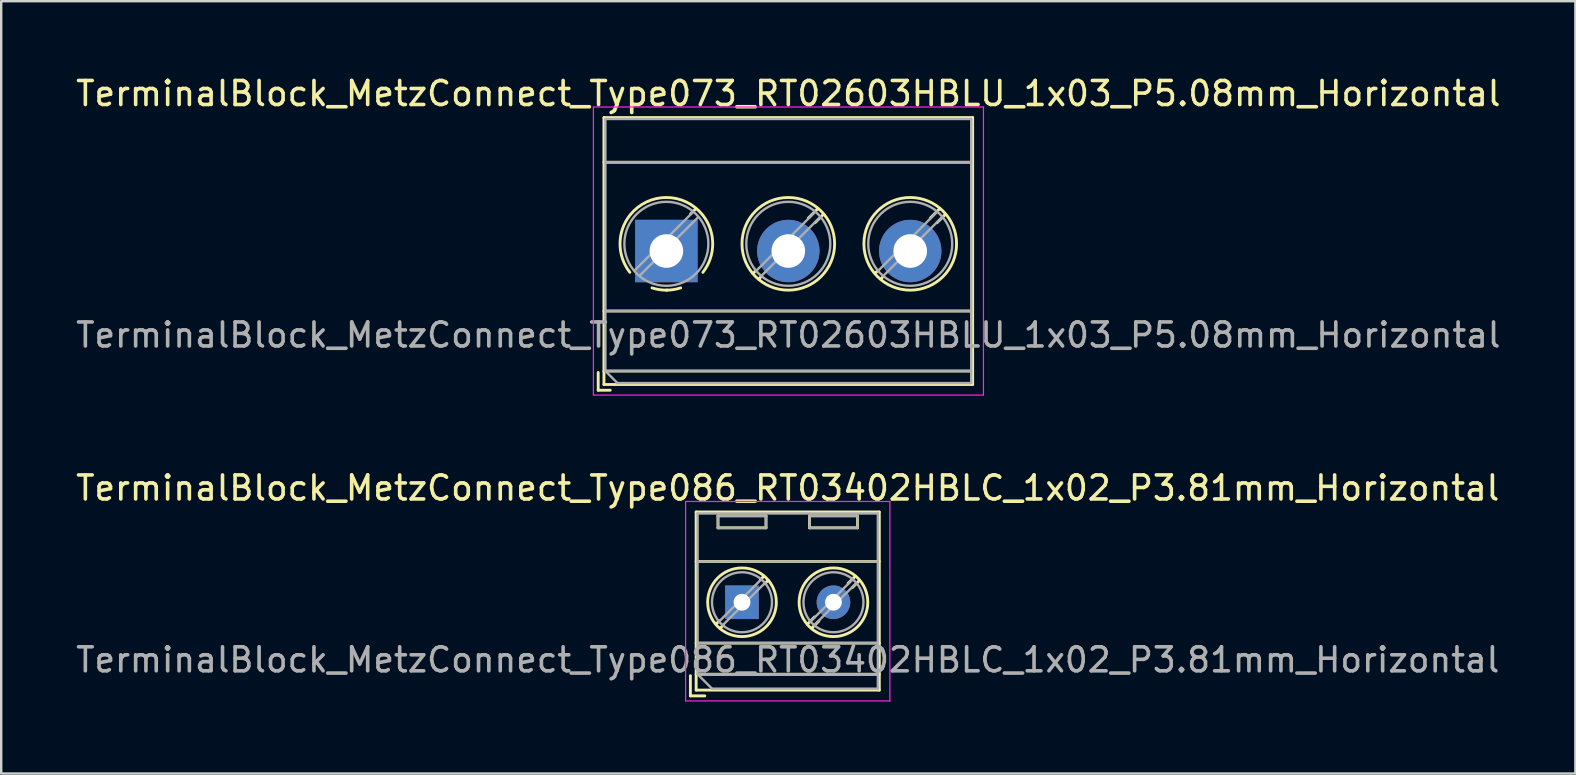
<source format=kicad_pcb>
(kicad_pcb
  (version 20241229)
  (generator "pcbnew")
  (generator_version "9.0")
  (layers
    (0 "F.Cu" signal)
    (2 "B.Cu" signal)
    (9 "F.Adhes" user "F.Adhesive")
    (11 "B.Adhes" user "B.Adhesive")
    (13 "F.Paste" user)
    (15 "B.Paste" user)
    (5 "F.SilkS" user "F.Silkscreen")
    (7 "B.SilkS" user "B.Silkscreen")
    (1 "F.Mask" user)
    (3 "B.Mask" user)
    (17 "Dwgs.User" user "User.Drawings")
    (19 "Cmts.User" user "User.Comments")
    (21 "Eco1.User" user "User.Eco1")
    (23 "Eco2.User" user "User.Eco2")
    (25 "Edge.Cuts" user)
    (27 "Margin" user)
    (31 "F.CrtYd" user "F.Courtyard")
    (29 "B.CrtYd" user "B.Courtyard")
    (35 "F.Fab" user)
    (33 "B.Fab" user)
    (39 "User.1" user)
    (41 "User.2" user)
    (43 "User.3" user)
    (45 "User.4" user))
  (footprint "TerminalBlock_MetzConnect_Type086_RT03402HBLC_1x02_P3.81mm_Horizontal"
    (layer "F.Cu")
    (at 27.863 22.041)
    (property "Reference" "TerminalBlock_MetzConnect_Type086_RT03402HBLC_1x02_P3.81mm_Horizontal" (at 1.905 -4.76 0) (layer "F.SilkS") (effects (font (size 1 1) (thickness 0.15))))
    (attr through_hole)
    (fp_line (start -2.15 3.06) (end -2.15 3.9) (stroke (width 0.12) (type solid)) (layer "F.SilkS"))
    (fp_line (start -2.15 3.9) (end -1.55 3.9) (stroke (width 0.12) (type solid)) (layer "F.SilkS"))
    (fp_line (start -1.91 -3.76) (end -1.91 3.66) (stroke (width 0.12) (type solid)) (layer "F.SilkS"))
    (fp_line (start -1.91 -3.76) (end 5.72 -3.76) (stroke (width 0.12) (type solid)) (layer "F.SilkS"))
    (fp_line (start -1.91 -1.7) (end 5.72 -1.7) (stroke (width 0.12) (type solid)) (layer "F.SilkS"))
    (fp_line (start -1.91 1.701) (end 5.72 1.701) (stroke (width 0.12) (type solid)) (layer "F.SilkS"))
    (fp_line (start -1.91 3) (end 5.72 3) (stroke (width 0.12) (type solid)) (layer "F.SilkS"))
    (fp_line (start -1.91 3.66) (end 5.72 3.66) (stroke (width 0.12) (type solid)) (layer "F.SilkS"))
    (fp_line (start -1 -3.6) (end -1 -3.1) (stroke (width 0.12) (type solid)) (layer "F.SilkS"))
    (fp_line (start -1 -3.6) (end 1 -3.6) (stroke (width 0.12) (type solid)) (layer "F.SilkS"))
    (fp_line (start -1 -3.1) (end 1 -3.1) (stroke (width 0.12) (type solid)) (layer "F.SilkS"))
    (fp_line (start -0.946 0.771) (end -1.085 0.91) (stroke (width 0.12) (type solid)) (layer "F.SilkS"))
    (fp_line (start -0.771 0.945) (end -0.911 1.085) (stroke (width 0.12) (type solid)) (layer "F.SilkS"))
    (fp_line (start 0.911 -1.085) (end 0.771 -0.945) (stroke (width 0.12) (type solid)) (layer "F.SilkS"))
    (fp_line (start 1 -3.6) (end 1 -3.1) (stroke (width 0.12) (type solid)) (layer "F.SilkS"))
    (fp_line (start 1.085 -0.91) (end 0.945 -0.771) (stroke (width 0.12) (type solid)) (layer "F.SilkS"))
    (fp_line (start 2.81 -3.6) (end 2.81 -3.1) (stroke (width 0.12) (type solid)) (layer "F.SilkS"))
    (fp_line (start 2.81 -3.6) (end 4.81 -3.6) (stroke (width 0.12) (type solid)) (layer "F.SilkS"))
    (fp_line (start 2.81 -3.1) (end 4.81 -3.1) (stroke (width 0.12) (type solid)) (layer "F.SilkS"))
    (fp_line (start 3.025 0.611) (end 2.726 0.91) (stroke (width 0.12) (type solid)) (layer "F.SilkS"))
    (fp_line (start 3.2 0.786) (end 2.9 1.085) (stroke (width 0.12) (type solid)) (layer "F.SilkS"))
    (fp_line (start 4.721 -1.085) (end 4.421 -0.786) (stroke (width 0.12) (type solid)) (layer "F.SilkS"))
    (fp_line (start 4.81 -3.6) (end 4.81 -3.1) (stroke (width 0.12) (type solid)) (layer "F.SilkS"))
    (fp_line (start 4.895 -0.91) (end 4.596 -0.611) (stroke (width 0.12) (type solid)) (layer "F.SilkS"))
    (fp_line (start 5.72 -3.76) (end 5.72 3.66) (stroke (width 0.12) (type solid)) (layer "F.SilkS"))
    (fp_circle (center 0 0) (end 1.43 0) (stroke (width 0.12) (type solid)) (fill no) (layer "F.SilkS"))
    (fp_circle (center 3.81 0) (end 5.24 0) (stroke (width 0.12) (type solid)) (fill no) (layer "F.SilkS"))
    (fp_line (start -2.35 -4.2) (end -2.35 4.11) (stroke (width 0.05) (type solid)) (layer "F.CrtYd"))
    (fp_line (start -2.35 4.11) (end 6.16 4.11) (stroke (width 0.05) (type solid)) (layer "F.CrtYd"))
    (fp_line (start 6.16 -4.2) (end -2.35 -4.2) (stroke (width 0.05) (type solid)) (layer "F.CrtYd"))
    (fp_line (start 6.16 4.11) (end 6.16 -4.2) (stroke (width 0.05) (type solid)) (layer "F.CrtYd"))
    (fp_line (start -1.85 -3.7) (end 5.66 -3.7) (stroke (width 0.1) (type solid)) (layer "F.Fab"))
    (fp_line (start -1.85 -1.7) (end 5.66 -1.7) (stroke (width 0.1) (type solid)) (layer "F.Fab"))
    (fp_line (start -1.85 1.7) (end 5.66 1.7) (stroke (width 0.1) (type solid)) (layer "F.Fab"))
    (fp_line (start -1.85 3) (end -1.85 -3.7) (stroke (width 0.1) (type solid)) (layer "F.Fab"))
    (fp_line (start -1.85 3) (end 5.66 3) (stroke (width 0.1) (type solid)) (layer "F.Fab"))
    (fp_line (start -1.25 3.6) (end -1.85 3) (stroke (width 0.1) (type solid)) (layer "F.Fab"))
    (fp_line (start -1 -3.6) (end -1 -3.1) (stroke (width 0.1) (type solid)) (layer "F.Fab"))
    (fp_line (start -1 -3.1) (end 1 -3.1) (stroke (width 0.1) (type solid)) (layer "F.Fab"))
    (fp_line (start 0.796 -0.948) (end -0.949 0.796) (stroke (width 0.1) (type solid)) (layer "F.Fab"))
    (fp_line (start 0.949 -0.796) (end -0.796 0.948) (stroke (width 0.1) (type solid)) (layer "F.Fab"))
    (fp_line (start 1 -3.6) (end -1 -3.6) (stroke (width 0.1) (type solid)) (layer "F.Fab"))
    (fp_line (start 1 -3.1) (end 1 -3.6) (stroke (width 0.1) (type solid)) (layer "F.Fab"))
    (fp_line (start 2.81 -3.6) (end 2.81 -3.1) (stroke (width 0.1) (type solid)) (layer "F.Fab"))
    (fp_line (start 2.81 -3.1) (end 4.81 -3.1) (stroke (width 0.1) (type solid)) (layer "F.Fab"))
    (fp_line (start 4.606 -0.948) (end 2.862 0.796) (stroke (width 0.1) (type solid)) (layer "F.Fab"))
    (fp_line (start 4.759 -0.796) (end 3.015 0.948) (stroke (width 0.1) (type solid)) (layer "F.Fab"))
    (fp_line (start 4.81 -3.6) (end 2.81 -3.6) (stroke (width 0.1) (type solid)) (layer "F.Fab"))
    (fp_line (start 4.81 -3.1) (end 4.81 -3.6) (stroke (width 0.1) (type solid)) (layer "F.Fab"))
    (fp_line (start 5.66 -3.7) (end 5.66 3.6) (stroke (width 0.1) (type solid)) (layer "F.Fab"))
    (fp_line (start 5.66 3.6) (end -1.25 3.6) (stroke (width 0.1) (type solid)) (layer "F.Fab"))
    (fp_circle (center 0 0) (end 1.25 0) (stroke (width 0.1) (type solid)) (fill no) (layer "F.Fab"))
    (fp_circle (center 3.81 0) (end 5.06 0) (stroke (width 0.1) (type solid)) (fill no) (layer "F.Fab"))
    (fp_text user "${REFERENCE}" (at 1.905 2.4 0) (layer "F.Fab") (effects (font (size 1 1) (thickness 0.15))))
    (pad "1" thru_hole rect (at 0 0) (size 1.4 1.4) (drill 0.7) (layers "*.Cu" "*.Mask"))
    (pad "2" thru_hole circle (at 3.81 0) (size 1.4 1.4) (drill 0.7) (layers "*.Cu" "*.Mask")))
  (footprint "TerminalBlock_MetzConnect_Type073_RT02603HBLU_1x03_P5.08mm_Horizontal"
    (layer "F.Cu")
    (at 24.712 7.408)
    (property "Reference" "TerminalBlock_MetzConnect_Type073_RT02603HBLU_1x03_P5.08mm_Horizontal" (at 5.08 -6.56 0) (layer "F.SilkS") (effects (font (size 1 1) (thickness 0.15))))
    (attr through_hole)
    (fp_line (start -2.84 5.06) (end -2.84 5.8) (stroke (width 0.12) (type solid)) (layer "F.SilkS"))
    (fp_line (start -2.84 5.8) (end -2.34 5.8) (stroke (width 0.12) (type solid)) (layer "F.SilkS"))
    (fp_line (start -2.6 -5.56) (end -2.6 5.56) (stroke (width 0.12) (type solid)) (layer "F.SilkS"))
    (fp_line (start -2.6 -5.56) (end 12.76 -5.56) (stroke (width 0.12) (type solid)) (layer "F.SilkS"))
    (fp_line (start -2.6 -3.7) (end 12.76 -3.7) (stroke (width 0.12) (type solid)) (layer "F.SilkS"))
    (fp_line (start -2.6 2.5) (end 12.76 2.5) (stroke (width 0.12) (type solid)) (layer "F.SilkS"))
    (fp_line (start -2.6 5) (end 12.76 5) (stroke (width 0.12) (type solid)) (layer "F.SilkS"))
    (fp_line (start -2.6 5.56) (end 12.76 5.56) (stroke (width 0.12) (type solid)) (layer "F.SilkS"))
    (fp_line (start 1.229 -1.764) (end 1.013 -1.549) (stroke (width 0.12) (type solid)) (layer "F.SilkS"))
    (fp_line (start 3.724 0.821) (end 3.617 0.928) (stroke (width 0.12) (type solid)) (layer "F.SilkS"))
    (fp_line (start 3.933 1.083) (end 3.852 1.164) (stroke (width 0.12) (type solid)) (layer "F.SilkS"))
    (fp_line (start 6.309 -1.764) (end 5.918 -1.374) (stroke (width 0.12) (type solid)) (layer "F.SilkS"))
    (fp_line (start 6.544 -1.529) (end 6.194 -1.179) (stroke (width 0.12) (type solid)) (layer "F.SilkS"))
    (fp_line (start 8.804 0.821) (end 8.697 0.928) (stroke (width 0.12) (type solid)) (layer "F.SilkS"))
    (fp_line (start 9.013 1.083) (end 8.932 1.164) (stroke (width 0.12) (type solid)) (layer "F.SilkS"))
    (fp_line (start 11.389 -1.764) (end 10.998 -1.374) (stroke (width 0.12) (type solid)) (layer "F.SilkS"))
    (fp_line (start 11.624 -1.529) (end 11.274 -1.179) (stroke (width 0.12) (type solid)) (layer "F.SilkS"))
    (fp_line (start 12.76 -5.56) (end 12.76 5.56) (stroke (width 0.12) (type solid)) (layer "F.SilkS"))
    (fp_arc (start -1.521645 0.888175) (mid -1.930586 -0.300524) (end -1.521 -1.489) (stroke (width 0.12) (type solid)) (layer "F.SilkS"))
    (fp_arc (start -1.500317 -1.514609) (mid -0.000252 -2.230344) (end 1.5 -1.515) (stroke (width 0.12) (type solid)) (layer "F.SilkS"))
    (fp_arc (start 0.033269 1.630336) (mid -0.285785 1.609354) (end -0.597 1.536) (stroke (width 0.12) (type solid)) (layer "F.SilkS"))
    (fp_arc (start 0.596403 1.535539) (mid 0.301919 1.606238) (end 0 1.63) (stroke (width 0.12) (type solid)) (layer "F.SilkS"))
    (fp_arc (start 1.521645 -1.488175) (mid 1.930586 -0.299476) (end 1.521 0.889) (stroke (width 0.12) (type solid)) (layer "F.SilkS"))
    (fp_arc (start 5.08 1.63) (mid 5.08 -2.23) (end 5.08 1.63) (stroke (width 0.12) (type solid)) (layer "F.SilkS"))
    (fp_arc (start 10.16 1.63) (mid 10.16 -2.23) (end 10.16 1.63) (stroke (width 0.12) (type solid)) (layer "F.SilkS"))
    (fp_line (start -3.04 -6) (end -3.04 6) (stroke (width 0.05) (type solid)) (layer "F.CrtYd"))
    (fp_line (start -3.04 6) (end 13.21 6) (stroke (width 0.05) (type solid)) (layer "F.CrtYd"))
    (fp_line (start 13.21 -6) (end -3.04 -6) (stroke (width 0.05) (type solid)) (layer "F.CrtYd"))
    (fp_line (start 13.21 6) (end 13.21 -6) (stroke (width 0.05) (type solid)) (layer "F.CrtYd"))
    (fp_line (start -2.54 -5.5) (end 12.7 -5.5) (stroke (width 0.1) (type solid)) (layer "F.Fab"))
    (fp_line (start -2.54 -3.7) (end 12.7 -3.7) (stroke (width 0.1) (type solid)) (layer "F.Fab"))
    (fp_line (start -2.54 2.5) (end 12.7 2.5) (stroke (width 0.1) (type solid)) (layer "F.Fab"))
    (fp_line (start -2.54 5) (end -2.54 -5.5) (stroke (width 0.1) (type solid)) (layer "F.Fab"))
    (fp_line (start -2.54 5) (end 12.7 5) (stroke (width 0.1) (type solid)) (layer "F.Fab"))
    (fp_line (start -2.04 5.5) (end -2.54 5) (stroke (width 0.1) (type solid)) (layer "F.Fab"))
    (fp_line (start 1.114 -1.628) (end -1.328 0.814) (stroke (width 0.1) (type solid)) (layer "F.Fab"))
    (fp_line (start 1.328 -1.414) (end -1.114 1.027) (stroke (width 0.1) (type solid)) (layer "F.Fab"))
    (fp_line (start 6.194 -1.628) (end 3.753 0.814) (stroke (width 0.1) (type solid)) (layer "F.Fab"))
    (fp_line (start 6.408 -1.414) (end 3.967 1.027) (stroke (width 0.1) (type solid)) (layer "F.Fab"))
    (fp_line (start 11.274 -1.628) (end 8.833 0.814) (stroke (width 0.1) (type solid)) (layer "F.Fab"))
    (fp_line (start 11.488 -1.414) (end 9.047 1.027) (stroke (width 0.1) (type solid)) (layer "F.Fab"))
    (fp_line (start 12.7 -5.5) (end 12.7 5.5) (stroke (width 0.1) (type solid)) (layer "F.Fab"))
    (fp_line (start 12.7 5.5) (end -2.04 5.5) (stroke (width 0.1) (type solid)) (layer "F.Fab"))
    (fp_circle (center 0 -0.3) (end 1.75 -0.3) (stroke (width 0.1) (type solid)) (fill no) (layer "F.Fab"))
    (fp_circle (center 5.08 -0.3) (end 6.83 -0.3) (stroke (width 0.1) (type solid)) (fill no) (layer "F.Fab"))
    (fp_circle (center 10.16 -0.3) (end 11.91 -0.3) (stroke (width 0.1) (type solid)) (fill no) (layer "F.Fab"))
    (fp_text user "${REFERENCE}" (at 5.08 3.5 0) (layer "F.Fab") (effects (font (size 1 1) (thickness 0.15))))
    (pad "1" thru_hole rect (at 0 0) (size 2.6 2.6) (drill 1.4) (layers "*.Cu" "*.Mask"))
    (pad "2" thru_hole circle (at 5.08 0) (size 2.6 2.6) (drill 1.4) (layers "*.Cu" "*.Mask"))
    (pad "3" thru_hole circle (at 10.16 0) (size 2.6 2.6) (drill 1.4) (layers "*.Cu" "*.Mask")))
  (gr_rect
    (start -3 -3)
    (end 62.583 29.177)
    (stroke (width 0.1) (type default))
    (fill no)
    (layer "Edge.Cuts")))
</source>
